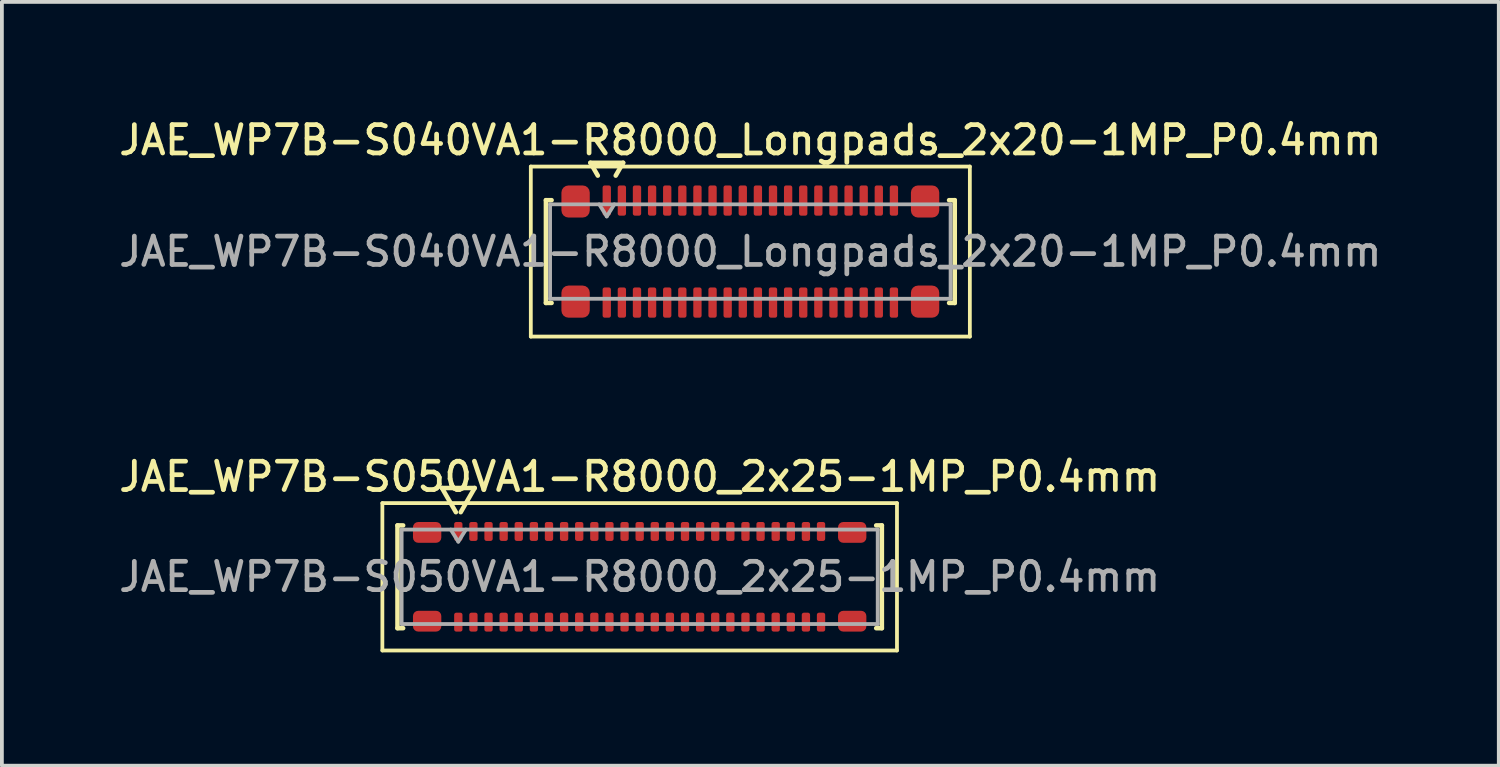
<source format=kicad_pcb>
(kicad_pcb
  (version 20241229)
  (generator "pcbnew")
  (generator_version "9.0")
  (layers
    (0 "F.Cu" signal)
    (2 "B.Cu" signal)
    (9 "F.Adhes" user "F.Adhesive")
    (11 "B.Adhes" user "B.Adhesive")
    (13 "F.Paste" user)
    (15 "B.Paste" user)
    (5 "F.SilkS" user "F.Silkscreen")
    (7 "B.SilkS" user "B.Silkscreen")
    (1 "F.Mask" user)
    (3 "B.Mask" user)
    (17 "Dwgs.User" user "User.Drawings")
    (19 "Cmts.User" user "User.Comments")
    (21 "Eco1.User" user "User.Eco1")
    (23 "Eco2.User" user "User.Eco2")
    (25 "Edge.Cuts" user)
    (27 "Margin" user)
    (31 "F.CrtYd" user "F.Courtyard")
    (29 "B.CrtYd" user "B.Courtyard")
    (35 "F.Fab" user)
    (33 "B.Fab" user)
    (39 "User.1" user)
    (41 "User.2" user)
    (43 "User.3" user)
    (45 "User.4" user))
  (footprint "JAE_WP7B-S050VA1-R8000_2x25-1MP_P0.4mm"
    (layer "F.Cu")
    (at 13.88 12.216)
    (property "Reference" "JAE_WP7B-S050VA1-R8000_2x25-1MP_P0.4mm" (at 0 -2.65 0) (layer "F.SilkS") (effects (font (size 0.75 0.75) (thickness 0.125))))
    (attr smd)
    (fp_line (start -6.81 -1.95) (end -6.81 1.95) (stroke (width 0.1) (type solid)) (layer "F.SilkS"))
    (fp_line (start -6.81 1.95) (end 6.81 1.95) (stroke (width 0.1) (type solid)) (layer "F.SilkS"))
    (fp_line (start -6.41 -1.36) (end -6.26 -1.36) (stroke (width 0.12) (type solid)) (layer "F.SilkS"))
    (fp_line (start -6.41 1.36) (end -6.41 -1.36) (stroke (width 0.12) (type solid)) (layer "F.SilkS"))
    (fp_line (start -6.26 1.36) (end -6.41 1.36) (stroke (width 0.12) (type solid)) (layer "F.SilkS"))
    (fp_line (start -5.233 -2.35) (end -4.864 -1.71) (stroke (width 0.12) (type solid)) (layer "F.SilkS"))
    (fp_line (start -4.736 -1.71) (end -4.367 -2.35) (stroke (width 0.12) (type solid)) (layer "F.SilkS"))
    (fp_line (start -4.367 -2.35) (end -5.233 -2.35) (stroke (width 0.12) (type solid)) (layer "F.SilkS"))
    (fp_line (start 6.26 -1.36) (end 6.41 -1.36) (stroke (width 0.12) (type solid)) (layer "F.SilkS"))
    (fp_line (start 6.41 -1.36) (end 6.41 1.36) (stroke (width 0.12) (type solid)) (layer "F.SilkS"))
    (fp_line (start 6.41 1.36) (end 6.26 1.36) (stroke (width 0.12) (type solid)) (layer "F.SilkS"))
    (fp_line (start 6.81 -1.95) (end -6.81 -1.95) (stroke (width 0.1) (type solid)) (layer "F.SilkS"))
    (fp_line (start 6.81 1.95) (end 6.81 -1.95) (stroke (width 0.1) (type solid)) (layer "F.SilkS"))
    (fp_line (start -6.3 -1.25) (end 6.3 -1.25) (stroke (width 0.1) (type solid)) (layer "F.Fab"))
    (fp_line (start -6.3 1.25) (end -6.3 -1.25) (stroke (width 0.1) (type solid)) (layer "F.Fab"))
    (fp_line (start -5 -1.25) (end -4.8 -0.93) (stroke (width 0.1) (type solid)) (layer "F.Fab"))
    (fp_line (start -4.8 -0.93) (end -4.6 -1.25) (stroke (width 0.1) (type solid)) (layer "F.Fab"))
    (fp_line (start 6.3 -1.25) (end 6.3 1.25) (stroke (width 0.1) (type solid)) (layer "F.Fab"))
    (fp_line (start 6.3 1.25) (end -6.3 1.25) (stroke (width 0.1) (type solid)) (layer "F.Fab"))
    (fp_text user "${REFERENCE}" (at 0 0 0) (layer "F.Fab") (effects (font (size 0.75 0.75) (thickness 0.125))))
    (pad "1" smd roundrect (at -4.8 -1.2) (size 0.22 0.5) (layers "F.Cu" "F.Mask" "F.Paste") (roundrect_rratio 0.25))
    (pad "2" smd roundrect (at -4.8 1.2) (size 0.22 0.5) (layers "F.Cu" "F.Mask" "F.Paste") (roundrect_rratio 0.25))
    (pad "3" smd roundrect (at -4.4 -1.2) (size 0.22 0.5) (layers "F.Cu" "F.Mask" "F.Paste") (roundrect_rratio 0.25))
    (pad "4" smd roundrect (at -4.4 1.2) (size 0.22 0.5) (layers "F.Cu" "F.Mask" "F.Paste") (roundrect_rratio 0.25))
    (pad "5" smd roundrect (at -4 -1.2) (size 0.22 0.5) (layers "F.Cu" "F.Mask" "F.Paste") (roundrect_rratio 0.25))
    (pad "6" smd roundrect (at -4 1.2) (size 0.22 0.5) (layers "F.Cu" "F.Mask" "F.Paste") (roundrect_rratio 0.25))
    (pad "7" smd roundrect (at -3.6 -1.2) (size 0.22 0.5) (layers "F.Cu" "F.Mask" "F.Paste") (roundrect_rratio 0.25))
    (pad "8" smd roundrect (at -3.6 1.2) (size 0.22 0.5) (layers "F.Cu" "F.Mask" "F.Paste") (roundrect_rratio 0.25))
    (pad "9" smd roundrect (at -3.2 -1.2) (size 0.22 0.5) (layers "F.Cu" "F.Mask" "F.Paste") (roundrect_rratio 0.25))
    (pad "10" smd roundrect (at -3.2 1.2) (size 0.22 0.5) (layers "F.Cu" "F.Mask" "F.Paste") (roundrect_rratio 0.25))
    (pad "11" smd roundrect (at -2.8 -1.2) (size 0.22 0.5) (layers "F.Cu" "F.Mask" "F.Paste") (roundrect_rratio 0.25))
    (pad "12" smd roundrect (at -2.8 1.2) (size 0.22 0.5) (layers "F.Cu" "F.Mask" "F.Paste") (roundrect_rratio 0.25))
    (pad "13" smd roundrect (at -2.4 -1.2) (size 0.22 0.5) (layers "F.Cu" "F.Mask" "F.Paste") (roundrect_rratio 0.25))
    (pad "14" smd roundrect (at -2.4 1.2) (size 0.22 0.5) (layers "F.Cu" "F.Mask" "F.Paste") (roundrect_rratio 0.25))
    (pad "15" smd roundrect (at -2 -1.2) (size 0.22 0.5) (layers "F.Cu" "F.Mask" "F.Paste") (roundrect_rratio 0.25))
    (pad "16" smd roundrect (at -2 1.2) (size 0.22 0.5) (layers "F.Cu" "F.Mask" "F.Paste") (roundrect_rratio 0.25))
    (pad "17" smd roundrect (at -1.6 -1.2) (size 0.22 0.5) (layers "F.Cu" "F.Mask" "F.Paste") (roundrect_rratio 0.25))
    (pad "18" smd roundrect (at -1.6 1.2) (size 0.22 0.5) (layers "F.Cu" "F.Mask" "F.Paste") (roundrect_rratio 0.25))
    (pad "19" smd roundrect (at -1.2 -1.2) (size 0.22 0.5) (layers "F.Cu" "F.Mask" "F.Paste") (roundrect_rratio 0.25))
    (pad "20" smd roundrect (at -1.2 1.2) (size 0.22 0.5) (layers "F.Cu" "F.Mask" "F.Paste") (roundrect_rratio 0.25))
    (pad "21" smd roundrect (at -0.8 -1.2) (size 0.22 0.5) (layers "F.Cu" "F.Mask" "F.Paste") (roundrect_rratio 0.25))
    (pad "22" smd roundrect (at -0.8 1.2) (size 0.22 0.5) (layers "F.Cu" "F.Mask" "F.Paste") (roundrect_rratio 0.25))
    (pad "23" smd roundrect (at -0.4 -1.2) (size 0.22 0.5) (layers "F.Cu" "F.Mask" "F.Paste") (roundrect_rratio 0.25))
    (pad "24" smd roundrect (at -0.4 1.2) (size 0.22 0.5) (layers "F.Cu" "F.Mask" "F.Paste") (roundrect_rratio 0.25))
    (pad "25" smd roundrect (at 0 -1.2) (size 0.22 0.5) (layers "F.Cu" "F.Mask" "F.Paste") (roundrect_rratio 0.25))
    (pad "26" smd roundrect (at 0 1.2) (size 0.22 0.5) (layers "F.Cu" "F.Mask" "F.Paste") (roundrect_rratio 0.25))
    (pad "27" smd roundrect (at 0.4 -1.2) (size 0.22 0.5) (layers "F.Cu" "F.Mask" "F.Paste") (roundrect_rratio 0.25))
    (pad "28" smd roundrect (at 0.4 1.2) (size 0.22 0.5) (layers "F.Cu" "F.Mask" "F.Paste") (roundrect_rratio 0.25))
    (pad "29" smd roundrect (at 0.8 -1.2) (size 0.22 0.5) (layers "F.Cu" "F.Mask" "F.Paste") (roundrect_rratio 0.25))
    (pad "30" smd roundrect (at 0.8 1.2) (size 0.22 0.5) (layers "F.Cu" "F.Mask" "F.Paste") (roundrect_rratio 0.25))
    (pad "31" smd roundrect (at 1.2 -1.2) (size 0.22 0.5) (layers "F.Cu" "F.Mask" "F.Paste") (roundrect_rratio 0.25))
    (pad "32" smd roundrect (at 1.2 1.2) (size 0.22 0.5) (layers "F.Cu" "F.Mask" "F.Paste") (roundrect_rratio 0.25))
    (pad "33" smd roundrect (at 1.6 -1.2) (size 0.22 0.5) (layers "F.Cu" "F.Mask" "F.Paste") (roundrect_rratio 0.25))
    (pad "34" smd roundrect (at 1.6 1.2) (size 0.22 0.5) (layers "F.Cu" "F.Mask" "F.Paste") (roundrect_rratio 0.25))
    (pad "35" smd roundrect (at 2 -1.2) (size 0.22 0.5) (layers "F.Cu" "F.Mask" "F.Paste") (roundrect_rratio 0.25))
    (pad "36" smd roundrect (at 2 1.2) (size 0.22 0.5) (layers "F.Cu" "F.Mask" "F.Paste") (roundrect_rratio 0.25))
    (pad "37" smd roundrect (at 2.4 -1.2) (size 0.22 0.5) (layers "F.Cu" "F.Mask" "F.Paste") (roundrect_rratio 0.25))
    (pad "38" smd roundrect (at 2.4 1.2) (size 0.22 0.5) (layers "F.Cu" "F.Mask" "F.Paste") (roundrect_rratio 0.25))
    (pad "39" smd roundrect (at 2.8 -1.2) (size 0.22 0.5) (layers "F.Cu" "F.Mask" "F.Paste") (roundrect_rratio 0.25))
    (pad "40" smd roundrect (at 2.8 1.2) (size 0.22 0.5) (layers "F.Cu" "F.Mask" "F.Paste") (roundrect_rratio 0.25))
    (pad "41" smd roundrect (at 3.2 -1.2) (size 0.22 0.5) (layers "F.Cu" "F.Mask" "F.Paste") (roundrect_rratio 0.25))
    (pad "42" smd roundrect (at 3.2 1.2) (size 0.22 0.5) (layers "F.Cu" "F.Mask" "F.Paste") (roundrect_rratio 0.25))
    (pad "43" smd roundrect (at 3.6 -1.2) (size 0.22 0.5) (layers "F.Cu" "F.Mask" "F.Paste") (roundrect_rratio 0.25))
    (pad "44" smd roundrect (at 3.6 1.2) (size 0.22 0.5) (layers "F.Cu" "F.Mask" "F.Paste") (roundrect_rratio 0.25))
    (pad "45" smd roundrect (at 4 -1.2) (size 0.22 0.5) (layers "F.Cu" "F.Mask" "F.Paste") (roundrect_rratio 0.25))
    (pad "46" smd roundrect (at 4 1.2) (size 0.22 0.5) (layers "F.Cu" "F.Mask" "F.Paste") (roundrect_rratio 0.25))
    (pad "47" smd roundrect (at 4.4 -1.2) (size 0.22 0.5) (layers "F.Cu" "F.Mask" "F.Paste") (roundrect_rratio 0.25))
    (pad "48" smd roundrect (at 4.4 1.2) (size 0.22 0.5) (layers "F.Cu" "F.Mask" "F.Paste") (roundrect_rratio 0.25))
    (pad "49" smd roundrect (at 4.8 -1.2) (size 0.22 0.5) (layers "F.Cu" "F.Mask" "F.Paste") (roundrect_rratio 0.25))
    (pad "50" smd roundrect (at 4.8 1.2) (size 0.22 0.5) (layers "F.Cu" "F.Mask" "F.Paste") (roundrect_rratio 0.25))
    (pad "MP" smd roundrect (at -5.625 -1.175) (size 0.75 0.55) (layers "F.Cu" "F.Mask" "F.Paste") (roundrect_rratio 0.25))
    (pad "MP" smd roundrect (at -5.625 1.175) (size 0.75 0.55) (layers "F.Cu" "F.Mask" "F.Paste") (roundrect_rratio 0.25))
    (pad "MP" smd roundrect (at 5.625 -1.175) (size 0.75 0.55) (layers "F.Cu" "F.Mask" "F.Paste") (roundrect_rratio 0.25))
    (pad "MP" smd roundrect (at 5.625 1.175) (size 0.75 0.55) (layers "F.Cu" "F.Mask" "F.Paste") (roundrect_rratio 0.25)))
  (footprint "JAE_WP7B-S040VA1-R8000_Longpads_2x20-1MP_P0.4mm"
    (layer "F.Cu")
    (at 16.809 3.608)
    (property "Reference" "JAE_WP7B-S040VA1-R8000_Longpads_2x20-1MP_P0.4mm" (at 0 -2.95 0) (layer "F.SilkS") (effects (font (size 0.75 0.75) (thickness 0.125))))
    (attr smd)
    (fp_line (start -5.81 -2.25) (end -5.81 2.25) (stroke (width 0.1) (type solid)) (layer "F.SilkS"))
    (fp_line (start -5.81 2.25) (end 5.81 2.25) (stroke (width 0.1) (type solid)) (layer "F.SilkS"))
    (fp_line (start -5.41 -1.36) (end -5.26 -1.36) (stroke (width 0.12) (type solid)) (layer "F.SilkS"))
    (fp_line (start -5.41 1.36) (end -5.41 -1.36) (stroke (width 0.12) (type solid)) (layer "F.SilkS"))
    (fp_line (start -5.26 1.36) (end -5.41 1.36) (stroke (width 0.12) (type solid)) (layer "F.SilkS"))
    (fp_line (start -4.233 -2.35) (end -4.037 -2.01) (stroke (width 0.12) (type solid)) (layer "F.SilkS"))
    (fp_line (start -3.563 -2.01) (end -3.367 -2.35) (stroke (width 0.12) (type solid)) (layer "F.SilkS"))
    (fp_line (start -3.367 -2.35) (end -4.233 -2.35) (stroke (width 0.12) (type solid)) (layer "F.SilkS"))
    (fp_line (start 5.26 -1.36) (end 5.41 -1.36) (stroke (width 0.12) (type solid)) (layer "F.SilkS"))
    (fp_line (start 5.41 -1.36) (end 5.41 1.36) (stroke (width 0.12) (type solid)) (layer "F.SilkS"))
    (fp_line (start 5.41 1.36) (end 5.26 1.36) (stroke (width 0.12) (type solid)) (layer "F.SilkS"))
    (fp_line (start 5.81 -2.25) (end -5.81 -2.25) (stroke (width 0.1) (type solid)) (layer "F.SilkS"))
    (fp_line (start 5.81 2.25) (end 5.81 -2.25) (stroke (width 0.1) (type solid)) (layer "F.SilkS"))
    (fp_line (start -5.3 -1.25) (end 5.3 -1.25) (stroke (width 0.1) (type solid)) (layer "F.Fab"))
    (fp_line (start -5.3 1.25) (end -5.3 -1.25) (stroke (width 0.1) (type solid)) (layer "F.Fab"))
    (fp_line (start -4 -1.25) (end -3.8 -0.93) (stroke (width 0.1) (type solid)) (layer "F.Fab"))
    (fp_line (start -3.8 -0.93) (end -3.6 -1.25) (stroke (width 0.1) (type solid)) (layer "F.Fab"))
    (fp_line (start 5.3 -1.25) (end 5.3 1.25) (stroke (width 0.1) (type solid)) (layer "F.Fab"))
    (fp_line (start 5.3 1.25) (end -5.3 1.25) (stroke (width 0.1) (type solid)) (layer "F.Fab"))
    (fp_text user "${REFERENCE}" (at 0 0 0) (layer "F.Fab") (effects (font (size 0.75 0.75) (thickness 0.125))))
    (pad "1" smd roundrect (at -3.8 -1.35) (size 0.22 0.8) (layers "F.Cu" "F.Mask" "F.Paste") (roundrect_rratio 0.25))
    (pad "2" smd roundrect (at -3.8 1.35) (size 0.22 0.8) (layers "F.Cu" "F.Mask" "F.Paste") (roundrect_rratio 0.25))
    (pad "3" smd roundrect (at -3.4 -1.35) (size 0.22 0.8) (layers "F.Cu" "F.Mask" "F.Paste") (roundrect_rratio 0.25))
    (pad "4" smd roundrect (at -3.4 1.35) (size 0.22 0.8) (layers "F.Cu" "F.Mask" "F.Paste") (roundrect_rratio 0.25))
    (pad "5" smd roundrect (at -3 -1.35) (size 0.22 0.8) (layers "F.Cu" "F.Mask" "F.Paste") (roundrect_rratio 0.25))
    (pad "6" smd roundrect (at -3 1.35) (size 0.22 0.8) (layers "F.Cu" "F.Mask" "F.Paste") (roundrect_rratio 0.25))
    (pad "7" smd roundrect (at -2.6 -1.35) (size 0.22 0.8) (layers "F.Cu" "F.Mask" "F.Paste") (roundrect_rratio 0.25))
    (pad "8" smd roundrect (at -2.6 1.35) (size 0.22 0.8) (layers "F.Cu" "F.Mask" "F.Paste") (roundrect_rratio 0.25))
    (pad "9" smd roundrect (at -2.2 -1.35) (size 0.22 0.8) (layers "F.Cu" "F.Mask" "F.Paste") (roundrect_rratio 0.25))
    (pad "10" smd roundrect (at -2.2 1.35) (size 0.22 0.8) (layers "F.Cu" "F.Mask" "F.Paste") (roundrect_rratio 0.25))
    (pad "11" smd roundrect (at -1.8 -1.35) (size 0.22 0.8) (layers "F.Cu" "F.Mask" "F.Paste") (roundrect_rratio 0.25))
    (pad "12" smd roundrect (at -1.8 1.35) (size 0.22 0.8) (layers "F.Cu" "F.Mask" "F.Paste") (roundrect_rratio 0.25))
    (pad "13" smd roundrect (at -1.4 -1.35) (size 0.22 0.8) (layers "F.Cu" "F.Mask" "F.Paste") (roundrect_rratio 0.25))
    (pad "14" smd roundrect (at -1.4 1.35) (size 0.22 0.8) (layers "F.Cu" "F.Mask" "F.Paste") (roundrect_rratio 0.25))
    (pad "15" smd roundrect (at -1 -1.35) (size 0.22 0.8) (layers "F.Cu" "F.Mask" "F.Paste") (roundrect_rratio 0.25))
    (pad "16" smd roundrect (at -1 1.35) (size 0.22 0.8) (layers "F.Cu" "F.Mask" "F.Paste") (roundrect_rratio 0.25))
    (pad "17" smd roundrect (at -0.6 -1.35) (size 0.22 0.8) (layers "F.Cu" "F.Mask" "F.Paste") (roundrect_rratio 0.25))
    (pad "18" smd roundrect (at -0.6 1.35) (size 0.22 0.8) (layers "F.Cu" "F.Mask" "F.Paste") (roundrect_rratio 0.25))
    (pad "19" smd roundrect (at -0.2 -1.35) (size 0.22 0.8) (layers "F.Cu" "F.Mask" "F.Paste") (roundrect_rratio 0.25))
    (pad "20" smd roundrect (at -0.2 1.35) (size 0.22 0.8) (layers "F.Cu" "F.Mask" "F.Paste") (roundrect_rratio 0.25))
    (pad "21" smd roundrect (at 0.2 -1.35) (size 0.22 0.8) (layers "F.Cu" "F.Mask" "F.Paste") (roundrect_rratio 0.25))
    (pad "22" smd roundrect (at 0.2 1.35) (size 0.22 0.8) (layers "F.Cu" "F.Mask" "F.Paste") (roundrect_rratio 0.25))
    (pad "23" smd roundrect (at 0.6 -1.35) (size 0.22 0.8) (layers "F.Cu" "F.Mask" "F.Paste") (roundrect_rratio 0.25))
    (pad "24" smd roundrect (at 0.6 1.35) (size 0.22 0.8) (layers "F.Cu" "F.Mask" "F.Paste") (roundrect_rratio 0.25))
    (pad "25" smd roundrect (at 1 -1.35) (size 0.22 0.8) (layers "F.Cu" "F.Mask" "F.Paste") (roundrect_rratio 0.25))
    (pad "26" smd roundrect (at 1 1.35) (size 0.22 0.8) (layers "F.Cu" "F.Mask" "F.Paste") (roundrect_rratio 0.25))
    (pad "27" smd roundrect (at 1.4 -1.35) (size 0.22 0.8) (layers "F.Cu" "F.Mask" "F.Paste") (roundrect_rratio 0.25))
    (pad "28" smd roundrect (at 1.4 1.35) (size 0.22 0.8) (layers "F.Cu" "F.Mask" "F.Paste") (roundrect_rratio 0.25))
    (pad "29" smd roundrect (at 1.8 -1.35) (size 0.22 0.8) (layers "F.Cu" "F.Mask" "F.Paste") (roundrect_rratio 0.25))
    (pad "30" smd roundrect (at 1.8 1.35) (size 0.22 0.8) (layers "F.Cu" "F.Mask" "F.Paste") (roundrect_rratio 0.25))
    (pad "31" smd roundrect (at 2.2 -1.35) (size 0.22 0.8) (layers "F.Cu" "F.Mask" "F.Paste") (roundrect_rratio 0.25))
    (pad "32" smd roundrect (at 2.2 1.35) (size 0.22 0.8) (layers "F.Cu" "F.Mask" "F.Paste") (roundrect_rratio 0.25))
    (pad "33" smd roundrect (at 2.6 -1.35) (size 0.22 0.8) (layers "F.Cu" "F.Mask" "F.Paste") (roundrect_rratio 0.25))
    (pad "34" smd roundrect (at 2.6 1.35) (size 0.22 0.8) (layers "F.Cu" "F.Mask" "F.Paste") (roundrect_rratio 0.25))
    (pad "35" smd roundrect (at 3 -1.35) (size 0.22 0.8) (layers "F.Cu" "F.Mask" "F.Paste") (roundrect_rratio 0.25))
    (pad "36" smd roundrect (at 3 1.35) (size 0.22 0.8) (layers "F.Cu" "F.Mask" "F.Paste") (roundrect_rratio 0.25))
    (pad "37" smd roundrect (at 3.4 -1.35) (size 0.22 0.8) (layers "F.Cu" "F.Mask" "F.Paste") (roundrect_rratio 0.25))
    (pad "38" smd roundrect (at 3.4 1.35) (size 0.22 0.8) (layers "F.Cu" "F.Mask" "F.Paste") (roundrect_rratio 0.25))
    (pad "39" smd roundrect (at 3.8 -1.35) (size 0.22 0.8) (layers "F.Cu" "F.Mask" "F.Paste") (roundrect_rratio 0.25))
    (pad "40" smd roundrect (at 3.8 1.35) (size 0.22 0.8) (layers "F.Cu" "F.Mask" "F.Paste") (roundrect_rratio 0.25))
    (pad "MP" smd roundrect (at -4.625 -1.325) (size 0.75 0.85) (layers "F.Cu" "F.Mask" "F.Paste") (roundrect_rratio 0.25))
    (pad "MP" smd roundrect (at -4.625 1.325) (size 0.75 0.85) (layers "F.Cu" "F.Mask" "F.Paste") (roundrect_rratio 0.25))
    (pad "MP" smd roundrect (at 4.625 -1.325) (size 0.75 0.85) (layers "F.Cu" "F.Mask" "F.Paste") (roundrect_rratio 0.25))
    (pad "MP" smd roundrect (at 4.625 1.325) (size 0.75 0.85) (layers "F.Cu" "F.Mask" "F.Paste") (roundrect_rratio 0.25)))
  (gr_rect
    (start -3 -3)
    (end 36.618 17.216)
    (stroke (width 0.1) (type default))
    (fill no)
    (layer "Edge.Cuts")))
</source>
